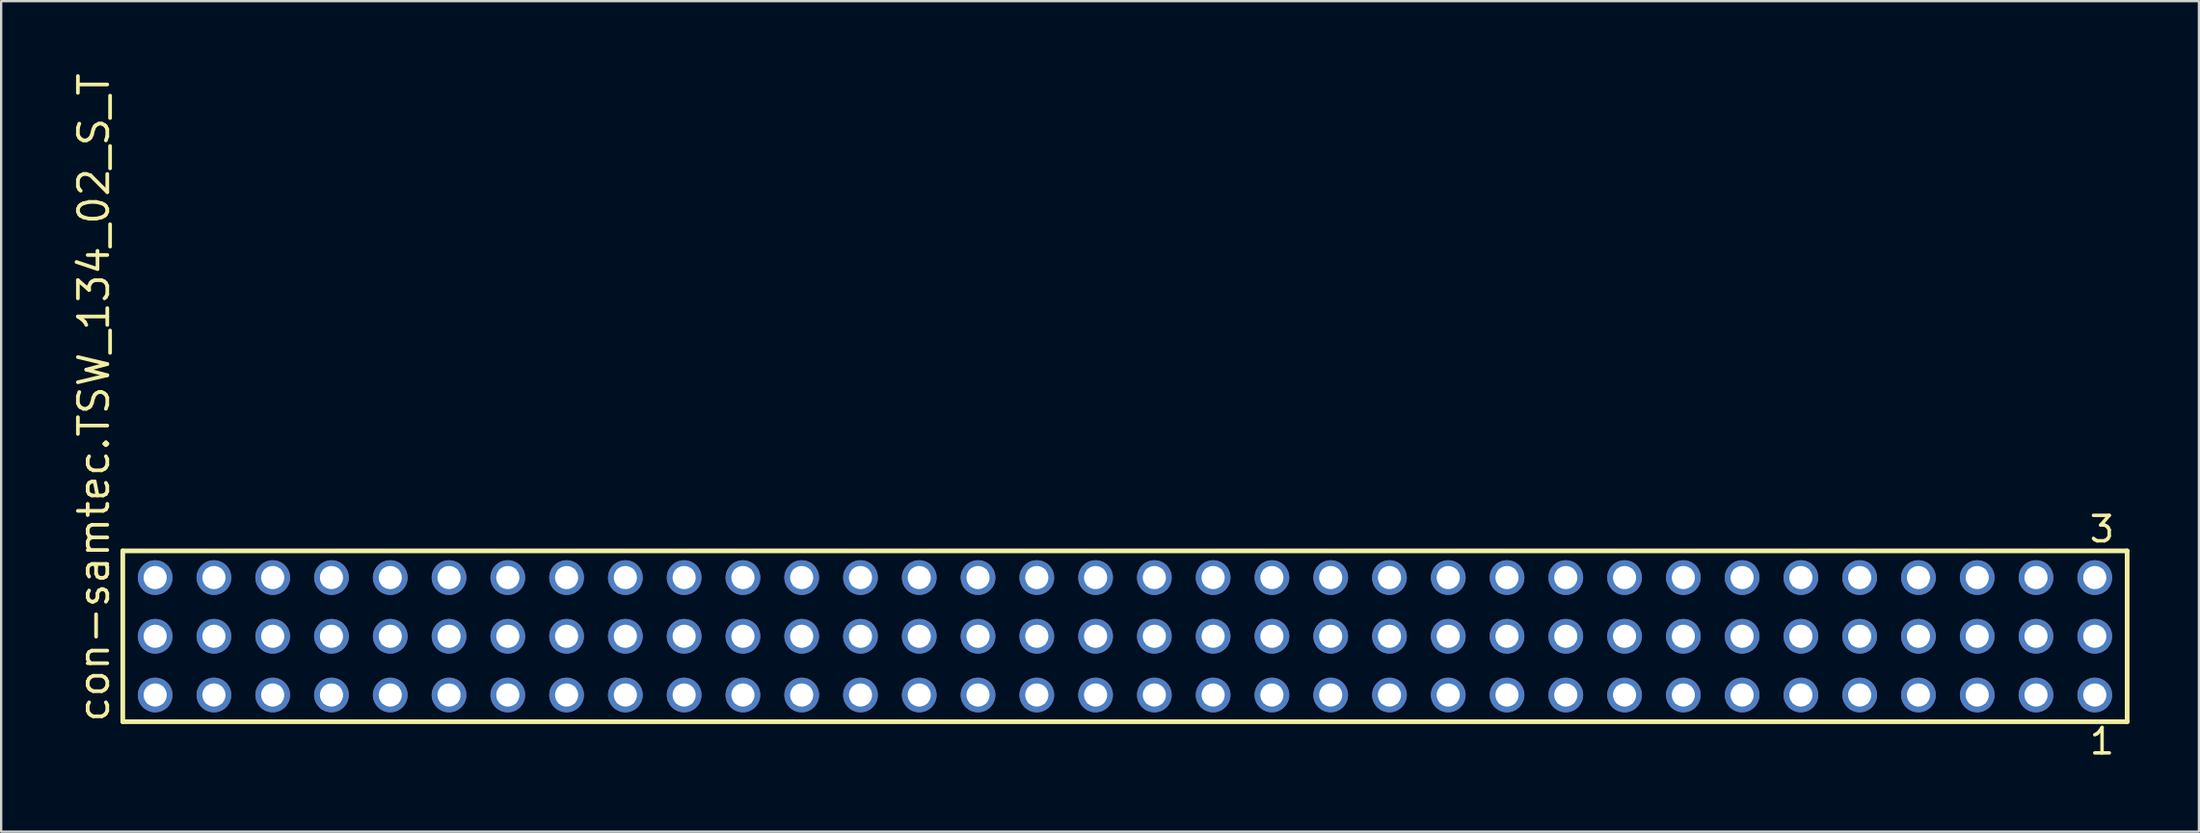
<source format=kicad_pcb>
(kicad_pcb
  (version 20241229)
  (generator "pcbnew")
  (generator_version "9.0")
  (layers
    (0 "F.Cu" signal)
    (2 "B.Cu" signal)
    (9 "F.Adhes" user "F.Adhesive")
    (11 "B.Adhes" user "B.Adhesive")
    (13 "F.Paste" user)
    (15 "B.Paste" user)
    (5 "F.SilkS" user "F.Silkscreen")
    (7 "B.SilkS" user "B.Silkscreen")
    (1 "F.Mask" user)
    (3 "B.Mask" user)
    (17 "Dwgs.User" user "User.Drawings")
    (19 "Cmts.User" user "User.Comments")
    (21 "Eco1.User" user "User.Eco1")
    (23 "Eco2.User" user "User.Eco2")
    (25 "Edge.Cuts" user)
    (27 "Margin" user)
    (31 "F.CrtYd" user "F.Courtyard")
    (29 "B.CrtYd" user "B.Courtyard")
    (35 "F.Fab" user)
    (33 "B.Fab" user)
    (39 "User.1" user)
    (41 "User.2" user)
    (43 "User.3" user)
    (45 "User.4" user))
  (footprint "con-samtec.TSW_134_02_S_T"
    (layer "F.Cu")
    (at 45.565 24.477)
    (property "Reference" "con-samtec.TSW_134_02_S_T" (at -43.815 3.81 90) (layer "F.SilkS") (effects (font (size 1.27 1.27) (thickness 0.16)) (justify left bottom)))
    (attr through_hole)
    (fp_line (start -43.309 -3.695) (end 43.309 -3.695) (stroke (width 0.203) (type default)) (layer "F.SilkS"))
    (fp_line (start -43.309 3.695) (end -43.309 -3.695) (stroke (width 0.203) (type default)) (layer "F.SilkS"))
    (fp_line (start 43.309 -3.695) (end 43.309 3.695) (stroke (width 0.203) (type default)) (layer "F.SilkS"))
    (fp_line (start 43.309 3.695) (end -43.309 3.695) (stroke (width 0.203) (type default)) (layer "F.SilkS"))
    (fp_rect (start -42.26 -2.19) (end -41.56 -2.89) (stroke (width 0.05) (type default)) (fill no) (layer "F.Fab"))
    (fp_rect (start -42.26 0.35) (end -41.56 -0.35) (stroke (width 0.05) (type default)) (fill no) (layer "F.Fab"))
    (fp_rect (start -42.26 2.89) (end -41.56 2.19) (stroke (width 0.05) (type default)) (fill no) (layer "F.Fab"))
    (fp_rect (start -39.72 -2.19) (end -39.02 -2.89) (stroke (width 0.05) (type default)) (fill no) (layer "F.Fab"))
    (fp_rect (start -39.72 0.35) (end -39.02 -0.35) (stroke (width 0.05) (type default)) (fill no) (layer "F.Fab"))
    (fp_rect (start -39.72 2.89) (end -39.02 2.19) (stroke (width 0.05) (type default)) (fill no) (layer "F.Fab"))
    (fp_rect (start -37.18 -2.19) (end -36.48 -2.89) (stroke (width 0.05) (type default)) (fill no) (layer "F.Fab"))
    (fp_rect (start -37.18 0.35) (end -36.48 -0.35) (stroke (width 0.05) (type default)) (fill no) (layer "F.Fab"))
    (fp_rect (start -37.18 2.89) (end -36.48 2.19) (stroke (width 0.05) (type default)) (fill no) (layer "F.Fab"))
    (fp_rect (start -34.64 -2.19) (end -33.94 -2.89) (stroke (width 0.05) (type default)) (fill no) (layer "F.Fab"))
    (fp_rect (start -34.64 0.35) (end -33.94 -0.35) (stroke (width 0.05) (type default)) (fill no) (layer "F.Fab"))
    (fp_rect (start -34.64 2.89) (end -33.94 2.19) (stroke (width 0.05) (type default)) (fill no) (layer "F.Fab"))
    (fp_rect (start -32.1 -2.19) (end -31.4 -2.89) (stroke (width 0.05) (type default)) (fill no) (layer "F.Fab"))
    (fp_rect (start -32.1 0.35) (end -31.4 -0.35) (stroke (width 0.05) (type default)) (fill no) (layer "F.Fab"))
    (fp_rect (start -32.1 2.89) (end -31.4 2.19) (stroke (width 0.05) (type default)) (fill no) (layer "F.Fab"))
    (fp_rect (start -29.56 -2.19) (end -28.86 -2.89) (stroke (width 0.05) (type default)) (fill no) (layer "F.Fab"))
    (fp_rect (start -29.56 0.35) (end -28.86 -0.35) (stroke (width 0.05) (type default)) (fill no) (layer "F.Fab"))
    (fp_rect (start -29.56 2.89) (end -28.86 2.19) (stroke (width 0.05) (type default)) (fill no) (layer "F.Fab"))
    (fp_rect (start -27.02 -2.19) (end -26.32 -2.89) (stroke (width 0.05) (type default)) (fill no) (layer "F.Fab"))
    (fp_rect (start -27.02 0.35) (end -26.32 -0.35) (stroke (width 0.05) (type default)) (fill no) (layer "F.Fab"))
    (fp_rect (start -27.02 2.89) (end -26.32 2.19) (stroke (width 0.05) (type default)) (fill no) (layer "F.Fab"))
    (fp_rect (start -24.48 -2.19) (end -23.78 -2.89) (stroke (width 0.05) (type default)) (fill no) (layer "F.Fab"))
    (fp_rect (start -24.48 0.35) (end -23.78 -0.35) (stroke (width 0.05) (type default)) (fill no) (layer "F.Fab"))
    (fp_rect (start -24.48 2.89) (end -23.78 2.19) (stroke (width 0.05) (type default)) (fill no) (layer "F.Fab"))
    (fp_rect (start -21.94 -2.19) (end -21.24 -2.89) (stroke (width 0.05) (type default)) (fill no) (layer "F.Fab"))
    (fp_rect (start -21.94 0.35) (end -21.24 -0.35) (stroke (width 0.05) (type default)) (fill no) (layer "F.Fab"))
    (fp_rect (start -21.94 2.89) (end -21.24 2.19) (stroke (width 0.05) (type default)) (fill no) (layer "F.Fab"))
    (fp_rect (start -19.4 -2.19) (end -18.7 -2.89) (stroke (width 0.05) (type default)) (fill no) (layer "F.Fab"))
    (fp_rect (start -19.4 0.35) (end -18.7 -0.35) (stroke (width 0.05) (type default)) (fill no) (layer "F.Fab"))
    (fp_rect (start -19.4 2.89) (end -18.7 2.19) (stroke (width 0.05) (type default)) (fill no) (layer "F.Fab"))
    (fp_rect (start -16.86 -2.19) (end -16.16 -2.89) (stroke (width 0.05) (type default)) (fill no) (layer "F.Fab"))
    (fp_rect (start -16.86 0.35) (end -16.16 -0.35) (stroke (width 0.05) (type default)) (fill no) (layer "F.Fab"))
    (fp_rect (start -16.86 2.89) (end -16.16 2.19) (stroke (width 0.05) (type default)) (fill no) (layer "F.Fab"))
    (fp_rect (start -14.32 -2.19) (end -13.62 -2.89) (stroke (width 0.05) (type default)) (fill no) (layer "F.Fab"))
    (fp_rect (start -14.32 0.35) (end -13.62 -0.35) (stroke (width 0.05) (type default)) (fill no) (layer "F.Fab"))
    (fp_rect (start -14.32 2.89) (end -13.62 2.19) (stroke (width 0.05) (type default)) (fill no) (layer "F.Fab"))
    (fp_rect (start -11.78 -2.19) (end -11.08 -2.89) (stroke (width 0.05) (type default)) (fill no) (layer "F.Fab"))
    (fp_rect (start -11.78 0.35) (end -11.08 -0.35) (stroke (width 0.05) (type default)) (fill no) (layer "F.Fab"))
    (fp_rect (start -11.78 2.89) (end -11.08 2.19) (stroke (width 0.05) (type default)) (fill no) (layer "F.Fab"))
    (fp_rect (start -9.24 -2.19) (end -8.54 -2.89) (stroke (width 0.05) (type default)) (fill no) (layer "F.Fab"))
    (fp_rect (start -9.24 0.35) (end -8.54 -0.35) (stroke (width 0.05) (type default)) (fill no) (layer "F.Fab"))
    (fp_rect (start -9.24 2.89) (end -8.54 2.19) (stroke (width 0.05) (type default)) (fill no) (layer "F.Fab"))
    (fp_rect (start -6.7 -2.19) (end -6 -2.89) (stroke (width 0.05) (type default)) (fill no) (layer "F.Fab"))
    (fp_rect (start -6.7 0.35) (end -6 -0.35) (stroke (width 0.05) (type default)) (fill no) (layer "F.Fab"))
    (fp_rect (start -6.7 2.89) (end -6 2.19) (stroke (width 0.05) (type default)) (fill no) (layer "F.Fab"))
    (fp_rect (start -4.16 -2.19) (end -3.46 -2.89) (stroke (width 0.05) (type default)) (fill no) (layer "F.Fab"))
    (fp_rect (start -4.16 0.35) (end -3.46 -0.35) (stroke (width 0.05) (type default)) (fill no) (layer "F.Fab"))
    (fp_rect (start -4.16 2.89) (end -3.46 2.19) (stroke (width 0.05) (type default)) (fill no) (layer "F.Fab"))
    (fp_rect (start -1.62 -2.19) (end -0.92 -2.89) (stroke (width 0.05) (type default)) (fill no) (layer "F.Fab"))
    (fp_rect (start -1.62 0.35) (end -0.92 -0.35) (stroke (width 0.05) (type default)) (fill no) (layer "F.Fab"))
    (fp_rect (start -1.62 2.89) (end -0.92 2.19) (stroke (width 0.05) (type default)) (fill no) (layer "F.Fab"))
    (fp_rect (start 0.92 -2.19) (end 1.62 -2.89) (stroke (width 0.05) (type default)) (fill no) (layer "F.Fab"))
    (fp_rect (start 0.92 0.35) (end 1.62 -0.35) (stroke (width 0.05) (type default)) (fill no) (layer "F.Fab"))
    (fp_rect (start 0.92 2.89) (end 1.62 2.19) (stroke (width 0.05) (type default)) (fill no) (layer "F.Fab"))
    (fp_rect (start 3.46 -2.19) (end 4.16 -2.89) (stroke (width 0.05) (type default)) (fill no) (layer "F.Fab"))
    (fp_rect (start 3.46 0.35) (end 4.16 -0.35) (stroke (width 0.05) (type default)) (fill no) (layer "F.Fab"))
    (fp_rect (start 3.46 2.89) (end 4.16 2.19) (stroke (width 0.05) (type default)) (fill no) (layer "F.Fab"))
    (fp_rect (start 6 -2.19) (end 6.7 -2.89) (stroke (width 0.05) (type default)) (fill no) (layer "F.Fab"))
    (fp_rect (start 6 0.35) (end 6.7 -0.35) (stroke (width 0.05) (type default)) (fill no) (layer "F.Fab"))
    (fp_rect (start 6 2.89) (end 6.7 2.19) (stroke (width 0.05) (type default)) (fill no) (layer "F.Fab"))
    (fp_rect (start 8.54 -2.19) (end 9.24 -2.89) (stroke (width 0.05) (type default)) (fill no) (layer "F.Fab"))
    (fp_rect (start 8.54 0.35) (end 9.24 -0.35) (stroke (width 0.05) (type default)) (fill no) (layer "F.Fab"))
    (fp_rect (start 8.54 2.89) (end 9.24 2.19) (stroke (width 0.05) (type default)) (fill no) (layer "F.Fab"))
    (fp_rect (start 11.08 -2.19) (end 11.78 -2.89) (stroke (width 0.05) (type default)) (fill no) (layer "F.Fab"))
    (fp_rect (start 11.08 0.35) (end 11.78 -0.35) (stroke (width 0.05) (type default)) (fill no) (layer "F.Fab"))
    (fp_rect (start 11.08 2.89) (end 11.78 2.19) (stroke (width 0.05) (type default)) (fill no) (layer "F.Fab"))
    (fp_rect (start 13.62 -2.19) (end 14.32 -2.89) (stroke (width 0.05) (type default)) (fill no) (layer "F.Fab"))
    (fp_rect (start 13.62 0.35) (end 14.32 -0.35) (stroke (width 0.05) (type default)) (fill no) (layer "F.Fab"))
    (fp_rect (start 13.62 2.89) (end 14.32 2.19) (stroke (width 0.05) (type default)) (fill no) (layer "F.Fab"))
    (fp_rect (start 16.16 -2.19) (end 16.86 -2.89) (stroke (width 0.05) (type default)) (fill no) (layer "F.Fab"))
    (fp_rect (start 16.16 0.35) (end 16.86 -0.35) (stroke (width 0.05) (type default)) (fill no) (layer "F.Fab"))
    (fp_rect (start 16.16 2.89) (end 16.86 2.19) (stroke (width 0.05) (type default)) (fill no) (layer "F.Fab"))
    (fp_rect (start 18.7 -2.19) (end 19.4 -2.89) (stroke (width 0.05) (type default)) (fill no) (layer "F.Fab"))
    (fp_rect (start 18.7 0.35) (end 19.4 -0.35) (stroke (width 0.05) (type default)) (fill no) (layer "F.Fab"))
    (fp_rect (start 18.7 2.89) (end 19.4 2.19) (stroke (width 0.05) (type default)) (fill no) (layer "F.Fab"))
    (fp_rect (start 21.24 -2.19) (end 21.94 -2.89) (stroke (width 0.05) (type default)) (fill no) (layer "F.Fab"))
    (fp_rect (start 21.24 0.35) (end 21.94 -0.35) (stroke (width 0.05) (type default)) (fill no) (layer "F.Fab"))
    (fp_rect (start 21.24 2.89) (end 21.94 2.19) (stroke (width 0.05) (type default)) (fill no) (layer "F.Fab"))
    (fp_rect (start 23.78 -2.19) (end 24.48 -2.89) (stroke (width 0.05) (type default)) (fill no) (layer "F.Fab"))
    (fp_rect (start 23.78 0.35) (end 24.48 -0.35) (stroke (width 0.05) (type default)) (fill no) (layer "F.Fab"))
    (fp_rect (start 23.78 2.89) (end 24.48 2.19) (stroke (width 0.05) (type default)) (fill no) (layer "F.Fab"))
    (fp_rect (start 26.32 -2.19) (end 27.02 -2.89) (stroke (width 0.05) (type default)) (fill no) (layer "F.Fab"))
    (fp_rect (start 26.32 0.35) (end 27.02 -0.35) (stroke (width 0.05) (type default)) (fill no) (layer "F.Fab"))
    (fp_rect (start 26.32 2.89) (end 27.02 2.19) (stroke (width 0.05) (type default)) (fill no) (layer "F.Fab"))
    (fp_rect (start 28.86 -2.19) (end 29.56 -2.89) (stroke (width 0.05) (type default)) (fill no) (layer "F.Fab"))
    (fp_rect (start 28.86 0.35) (end 29.56 -0.35) (stroke (width 0.05) (type default)) (fill no) (layer "F.Fab"))
    (fp_rect (start 28.86 2.89) (end 29.56 2.19) (stroke (width 0.05) (type default)) (fill no) (layer "F.Fab"))
    (fp_rect (start 31.4 -2.19) (end 32.1 -2.89) (stroke (width 0.05) (type default)) (fill no) (layer "F.Fab"))
    (fp_rect (start 31.4 0.35) (end 32.1 -0.35) (stroke (width 0.05) (type default)) (fill no) (layer "F.Fab"))
    (fp_rect (start 31.4 2.89) (end 32.1 2.19) (stroke (width 0.05) (type default)) (fill no) (layer "F.Fab"))
    (fp_rect (start 33.94 -2.19) (end 34.64 -2.89) (stroke (width 0.05) (type default)) (fill no) (layer "F.Fab"))
    (fp_rect (start 33.94 0.35) (end 34.64 -0.35) (stroke (width 0.05) (type default)) (fill no) (layer "F.Fab"))
    (fp_rect (start 33.94 2.89) (end 34.64 2.19) (stroke (width 0.05) (type default)) (fill no) (layer "F.Fab"))
    (fp_rect (start 36.48 -2.19) (end 37.18 -2.89) (stroke (width 0.05) (type default)) (fill no) (layer "F.Fab"))
    (fp_rect (start 36.48 0.35) (end 37.18 -0.35) (stroke (width 0.05) (type default)) (fill no) (layer "F.Fab"))
    (fp_rect (start 36.48 2.89) (end 37.18 2.19) (stroke (width 0.05) (type default)) (fill no) (layer "F.Fab"))
    (fp_rect (start 39.02 -2.19) (end 39.72 -2.89) (stroke (width 0.05) (type default)) (fill no) (layer "F.Fab"))
    (fp_rect (start 39.02 0.35) (end 39.72 -0.35) (stroke (width 0.05) (type default)) (fill no) (layer "F.Fab"))
    (fp_rect (start 39.02 2.89) (end 39.72 2.19) (stroke (width 0.05) (type default)) (fill no) (layer "F.Fab"))
    (fp_rect (start 41.56 -2.19) (end 42.26 -2.89) (stroke (width 0.05) (type default)) (fill no) (layer "F.Fab"))
    (fp_rect (start 41.56 0.35) (end 42.26 -0.35) (stroke (width 0.05) (type default)) (fill no) (layer "F.Fab"))
    (fp_rect (start 41.56 2.89) (end 42.26 2.19) (stroke (width 0.05) (type default)) (fill no) (layer "F.Fab"))
    (fp_text user "1" (at 41.602 5.188 0) (layer "F.SilkS") (effects (font (size 1.1 1.1) (thickness 0.15)) (justify left bottom)))
    (fp_text user "3" (at 41.598 -3.989 0) (layer "F.SilkS") (effects (font (size 1.1 1.1) (thickness 0.15)) (justify left bottom)))
    (pad "1" thru_hole circle (at 41.91 2.54 180) (size 1.5 1.5) (drill 1) (layers "*.Cu" "*.Mask"))
    (pad "2" thru_hole circle (at 41.91 0 180) (size 1.5 1.5) (drill 1) (layers "*.Cu" "*.Mask"))
    (pad "3" thru_hole circle (at 41.91 -2.54 180) (size 1.5 1.5) (drill 1) (layers "*.Cu" "*.Mask"))
    (pad "4" thru_hole circle (at 39.37 2.54 180) (size 1.5 1.5) (drill 1) (layers "*.Cu" "*.Mask"))
    (pad "5" thru_hole circle (at 39.37 0 180) (size 1.5 1.5) (drill 1) (layers "*.Cu" "*.Mask"))
    (pad "6" thru_hole circle (at 39.37 -2.54 180) (size 1.5 1.5) (drill 1) (layers "*.Cu" "*.Mask"))
    (pad "7" thru_hole circle (at 36.83 2.54 180) (size 1.5 1.5) (drill 1) (layers "*.Cu" "*.Mask"))
    (pad "8" thru_hole circle (at 36.83 0 180) (size 1.5 1.5) (drill 1) (layers "*.Cu" "*.Mask"))
    (pad "9" thru_hole circle (at 36.83 -2.54 180) (size 1.5 1.5) (drill 1) (layers "*.Cu" "*.Mask"))
    (pad "10" thru_hole circle (at 34.29 2.54 180) (size 1.5 1.5) (drill 1) (layers "*.Cu" "*.Mask"))
    (pad "11" thru_hole circle (at 34.29 0 180) (size 1.5 1.5) (drill 1) (layers "*.Cu" "*.Mask"))
    (pad "12" thru_hole circle (at 34.29 -2.54 180) (size 1.5 1.5) (drill 1) (layers "*.Cu" "*.Mask"))
    (pad "13" thru_hole circle (at 31.75 2.54 180) (size 1.5 1.5) (drill 1) (layers "*.Cu" "*.Mask"))
    (pad "14" thru_hole circle (at 31.75 0 180) (size 1.5 1.5) (drill 1) (layers "*.Cu" "*.Mask"))
    (pad "15" thru_hole circle (at 31.75 -2.54 180) (size 1.5 1.5) (drill 1) (layers "*.Cu" "*.Mask"))
    (pad "16" thru_hole circle (at 29.21 2.54 180) (size 1.5 1.5) (drill 1) (layers "*.Cu" "*.Mask"))
    (pad "17" thru_hole circle (at 29.21 0 180) (size 1.5 1.5) (drill 1) (layers "*.Cu" "*.Mask"))
    (pad "18" thru_hole circle (at 29.21 -2.54 180) (size 1.5 1.5) (drill 1) (layers "*.Cu" "*.Mask"))
    (pad "19" thru_hole circle (at 26.67 2.54 180) (size 1.5 1.5) (drill 1) (layers "*.Cu" "*.Mask"))
    (pad "20" thru_hole circle (at 26.67 0 180) (size 1.5 1.5) (drill 1) (layers "*.Cu" "*.Mask"))
    (pad "21" thru_hole circle (at 26.67 -2.54 180) (size 1.5 1.5) (drill 1) (layers "*.Cu" "*.Mask"))
    (pad "22" thru_hole circle (at 24.13 2.54 180) (size 1.5 1.5) (drill 1) (layers "*.Cu" "*.Mask"))
    (pad "23" thru_hole circle (at 24.13 0 180) (size 1.5 1.5) (drill 1) (layers "*.Cu" "*.Mask"))
    (pad "24" thru_hole circle (at 24.13 -2.54 180) (size 1.5 1.5) (drill 1) (layers "*.Cu" "*.Mask"))
    (pad "25" thru_hole circle (at 21.59 2.54 180) (size 1.5 1.5) (drill 1) (layers "*.Cu" "*.Mask"))
    (pad "26" thru_hole circle (at 21.59 0 180) (size 1.5 1.5) (drill 1) (layers "*.Cu" "*.Mask"))
    (pad "27" thru_hole circle (at 21.59 -2.54 180) (size 1.5 1.5) (drill 1) (layers "*.Cu" "*.Mask"))
    (pad "28" thru_hole circle (at 19.05 2.54 180) (size 1.5 1.5) (drill 1) (layers "*.Cu" "*.Mask"))
    (pad "29" thru_hole circle (at 19.05 0 180) (size 1.5 1.5) (drill 1) (layers "*.Cu" "*.Mask"))
    (pad "30" thru_hole circle (at 19.05 -2.54 180) (size 1.5 1.5) (drill 1) (layers "*.Cu" "*.Mask"))
    (pad "31" thru_hole circle (at 16.51 2.54 180) (size 1.5 1.5) (drill 1) (layers "*.Cu" "*.Mask"))
    (pad "32" thru_hole circle (at 16.51 0 180) (size 1.5 1.5) (drill 1) (layers "*.Cu" "*.Mask"))
    (pad "33" thru_hole circle (at 16.51 -2.54 180) (size 1.5 1.5) (drill 1) (layers "*.Cu" "*.Mask"))
    (pad "34" thru_hole circle (at 13.97 2.54 180) (size 1.5 1.5) (drill 1) (layers "*.Cu" "*.Mask"))
    (pad "35" thru_hole circle (at 13.97 0 180) (size 1.5 1.5) (drill 1) (layers "*.Cu" "*.Mask"))
    (pad "36" thru_hole circle (at 13.97 -2.54 180) (size 1.5 1.5) (drill 1) (layers "*.Cu" "*.Mask"))
    (pad "37" thru_hole circle (at 11.43 2.54 180) (size 1.5 1.5) (drill 1) (layers "*.Cu" "*.Mask"))
    (pad "38" thru_hole circle (at 11.43 0 180) (size 1.5 1.5) (drill 1) (layers "*.Cu" "*.Mask"))
    (pad "39" thru_hole circle (at 11.43 -2.54 180) (size 1.5 1.5) (drill 1) (layers "*.Cu" "*.Mask"))
    (pad "40" thru_hole circle (at 8.89 2.54 180) (size 1.5 1.5) (drill 1) (layers "*.Cu" "*.Mask"))
    (pad "41" thru_hole circle (at 8.89 0 180) (size 1.5 1.5) (drill 1) (layers "*.Cu" "*.Mask"))
    (pad "42" thru_hole circle (at 8.89 -2.54 180) (size 1.5 1.5) (drill 1) (layers "*.Cu" "*.Mask"))
    (pad "43" thru_hole circle (at 6.35 2.54 180) (size 1.5 1.5) (drill 1) (layers "*.Cu" "*.Mask"))
    (pad "44" thru_hole circle (at 6.35 0 180) (size 1.5 1.5) (drill 1) (layers "*.Cu" "*.Mask"))
    (pad "45" thru_hole circle (at 6.35 -2.54 180) (size 1.5 1.5) (drill 1) (layers "*.Cu" "*.Mask"))
    (pad "46" thru_hole circle (at 3.81 2.54 180) (size 1.5 1.5) (drill 1) (layers "*.Cu" "*.Mask"))
    (pad "47" thru_hole circle (at 3.81 0 180) (size 1.5 1.5) (drill 1) (layers "*.Cu" "*.Mask"))
    (pad "48" thru_hole circle (at 3.81 -2.54 180) (size 1.5 1.5) (drill 1) (layers "*.Cu" "*.Mask"))
    (pad "49" thru_hole circle (at 1.27 2.54 180) (size 1.5 1.5) (drill 1) (layers "*.Cu" "*.Mask"))
    (pad "50" thru_hole circle (at 1.27 0 180) (size 1.5 1.5) (drill 1) (layers "*.Cu" "*.Mask"))
    (pad "51" thru_hole circle (at 1.27 -2.54 180) (size 1.5 1.5) (drill 1) (layers "*.Cu" "*.Mask"))
    (pad "52" thru_hole circle (at -1.27 2.54 180) (size 1.5 1.5) (drill 1) (layers "*.Cu" "*.Mask"))
    (pad "53" thru_hole circle (at -1.27 0 180) (size 1.5 1.5) (drill 1) (layers "*.Cu" "*.Mask"))
    (pad "54" thru_hole circle (at -1.27 -2.54 180) (size 1.5 1.5) (drill 1) (layers "*.Cu" "*.Mask"))
    (pad "55" thru_hole circle (at -3.81 2.54 180) (size 1.5 1.5) (drill 1) (layers "*.Cu" "*.Mask"))
    (pad "56" thru_hole circle (at -3.81 0 180) (size 1.5 1.5) (drill 1) (layers "*.Cu" "*.Mask"))
    (pad "57" thru_hole circle (at -3.81 -2.54 180) (size 1.5 1.5) (drill 1) (layers "*.Cu" "*.Mask"))
    (pad "58" thru_hole circle (at -6.35 2.54 180) (size 1.5 1.5) (drill 1) (layers "*.Cu" "*.Mask"))
    (pad "59" thru_hole circle (at -6.35 0 180) (size 1.5 1.5) (drill 1) (layers "*.Cu" "*.Mask"))
    (pad "60" thru_hole circle (at -6.35 -2.54 180) (size 1.5 1.5) (drill 1) (layers "*.Cu" "*.Mask"))
    (pad "61" thru_hole circle (at -8.89 2.54 180) (size 1.5 1.5) (drill 1) (layers "*.Cu" "*.Mask"))
    (pad "62" thru_hole circle (at -8.89 0 180) (size 1.5 1.5) (drill 1) (layers "*.Cu" "*.Mask"))
    (pad "63" thru_hole circle (at -8.89 -2.54 180) (size 1.5 1.5) (drill 1) (layers "*.Cu" "*.Mask"))
    (pad "64" thru_hole circle (at -11.43 2.54 180) (size 1.5 1.5) (drill 1) (layers "*.Cu" "*.Mask"))
    (pad "65" thru_hole circle (at -11.43 0 180) (size 1.5 1.5) (drill 1) (layers "*.Cu" "*.Mask"))
    (pad "66" thru_hole circle (at -11.43 -2.54 180) (size 1.5 1.5) (drill 1) (layers "*.Cu" "*.Mask"))
    (pad "67" thru_hole circle (at -13.97 2.54 180) (size 1.5 1.5) (drill 1) (layers "*.Cu" "*.Mask"))
    (pad "68" thru_hole circle (at -13.97 0 180) (size 1.5 1.5) (drill 1) (layers "*.Cu" "*.Mask"))
    (pad "69" thru_hole circle (at -13.97 -2.54 180) (size 1.5 1.5) (drill 1) (layers "*.Cu" "*.Mask"))
    (pad "70" thru_hole circle (at -16.51 2.54 180) (size 1.5 1.5) (drill 1) (layers "*.Cu" "*.Mask"))
    (pad "71" thru_hole circle (at -16.51 0 180) (size 1.5 1.5) (drill 1) (layers "*.Cu" "*.Mask"))
    (pad "72" thru_hole circle (at -16.51 -2.54 180) (size 1.5 1.5) (drill 1) (layers "*.Cu" "*.Mask"))
    (pad "73" thru_hole circle (at -19.05 2.54 180) (size 1.5 1.5) (drill 1) (layers "*.Cu" "*.Mask"))
    (pad "74" thru_hole circle (at -19.05 0 180) (size 1.5 1.5) (drill 1) (layers "*.Cu" "*.Mask"))
    (pad "75" thru_hole circle (at -19.05 -2.54 180) (size 1.5 1.5) (drill 1) (layers "*.Cu" "*.Mask"))
    (pad "76" thru_hole circle (at -21.59 2.54 180) (size 1.5 1.5) (drill 1) (layers "*.Cu" "*.Mask"))
    (pad "77" thru_hole circle (at -21.59 0 180) (size 1.5 1.5) (drill 1) (layers "*.Cu" "*.Mask"))
    (pad "78" thru_hole circle (at -21.59 -2.54 180) (size 1.5 1.5) (drill 1) (layers "*.Cu" "*.Mask"))
    (pad "79" thru_hole circle (at -24.13 2.54 180) (size 1.5 1.5) (drill 1) (layers "*.Cu" "*.Mask"))
    (pad "80" thru_hole circle (at -24.13 0 180) (size 1.5 1.5) (drill 1) (layers "*.Cu" "*.Mask"))
    (pad "81" thru_hole circle (at -24.13 -2.54 180) (size 1.5 1.5) (drill 1) (layers "*.Cu" "*.Mask"))
    (pad "82" thru_hole circle (at -26.67 2.54 180) (size 1.5 1.5) (drill 1) (layers "*.Cu" "*.Mask"))
    (pad "83" thru_hole circle (at -26.67 0 180) (size 1.5 1.5) (drill 1) (layers "*.Cu" "*.Mask"))
    (pad "84" thru_hole circle (at -26.67 -2.54 180) (size 1.5 1.5) (drill 1) (layers "*.Cu" "*.Mask"))
    (pad "85" thru_hole circle (at -29.21 2.54 180) (size 1.5 1.5) (drill 1) (layers "*.Cu" "*.Mask"))
    (pad "86" thru_hole circle (at -29.21 0 180) (size 1.5 1.5) (drill 1) (layers "*.Cu" "*.Mask"))
    (pad "87" thru_hole circle (at -29.21 -2.54 180) (size 1.5 1.5) (drill 1) (layers "*.Cu" "*.Mask"))
    (pad "88" thru_hole circle (at -31.75 2.54 180) (size 1.5 1.5) (drill 1) (layers "*.Cu" "*.Mask"))
    (pad "89" thru_hole circle (at -31.75 0 180) (size 1.5 1.5) (drill 1) (layers "*.Cu" "*.Mask"))
    (pad "90" thru_hole circle (at -31.75 -2.54 180) (size 1.5 1.5) (drill 1) (layers "*.Cu" "*.Mask"))
    (pad "91" thru_hole circle (at -34.29 2.54 180) (size 1.5 1.5) (drill 1) (layers "*.Cu" "*.Mask"))
    (pad "92" thru_hole circle (at -34.29 0 180) (size 1.5 1.5) (drill 1) (layers "*.Cu" "*.Mask"))
    (pad "93" thru_hole circle (at -34.29 -2.54 180) (size 1.5 1.5) (drill 1) (layers "*.Cu" "*.Mask"))
    (pad "94" thru_hole circle (at -36.83 2.54 180) (size 1.5 1.5) (drill 1) (layers "*.Cu" "*.Mask"))
    (pad "95" thru_hole circle (at -36.83 0 180) (size 1.5 1.5) (drill 1) (layers "*.Cu" "*.Mask"))
    (pad "96" thru_hole circle (at -36.83 -2.54 180) (size 1.5 1.5) (drill 1) (layers "*.Cu" "*.Mask"))
    (pad "97" thru_hole circle (at -39.37 2.54 180) (size 1.5 1.5) (drill 1) (layers "*.Cu" "*.Mask"))
    (pad "98" thru_hole circle (at -39.37 0 180) (size 1.5 1.5) (drill 1) (layers "*.Cu" "*.Mask"))
    (pad "99" thru_hole circle (at -39.37 -2.54 180) (size 1.5 1.5) (drill 1) (layers "*.Cu" "*.Mask"))
    (pad "100" thru_hole circle (at -41.91 2.54 180) (size 1.5 1.5) (drill 1) (layers "*.Cu" "*.Mask"))
    (pad "101" thru_hole circle (at -41.91 0 180) (size 1.5 1.5) (drill 1) (layers "*.Cu" "*.Mask"))
    (pad "102" thru_hole circle (at -41.91 -2.54 180) (size 1.5 1.5) (drill 1) (layers "*.Cu" "*.Mask")))
  (gr_rect
    (start -3 -3)
    (end 91.976 32.928)
    (stroke (width 0.1) (type default))
    (fill no)
    (layer "Edge.Cuts")))
</source>
